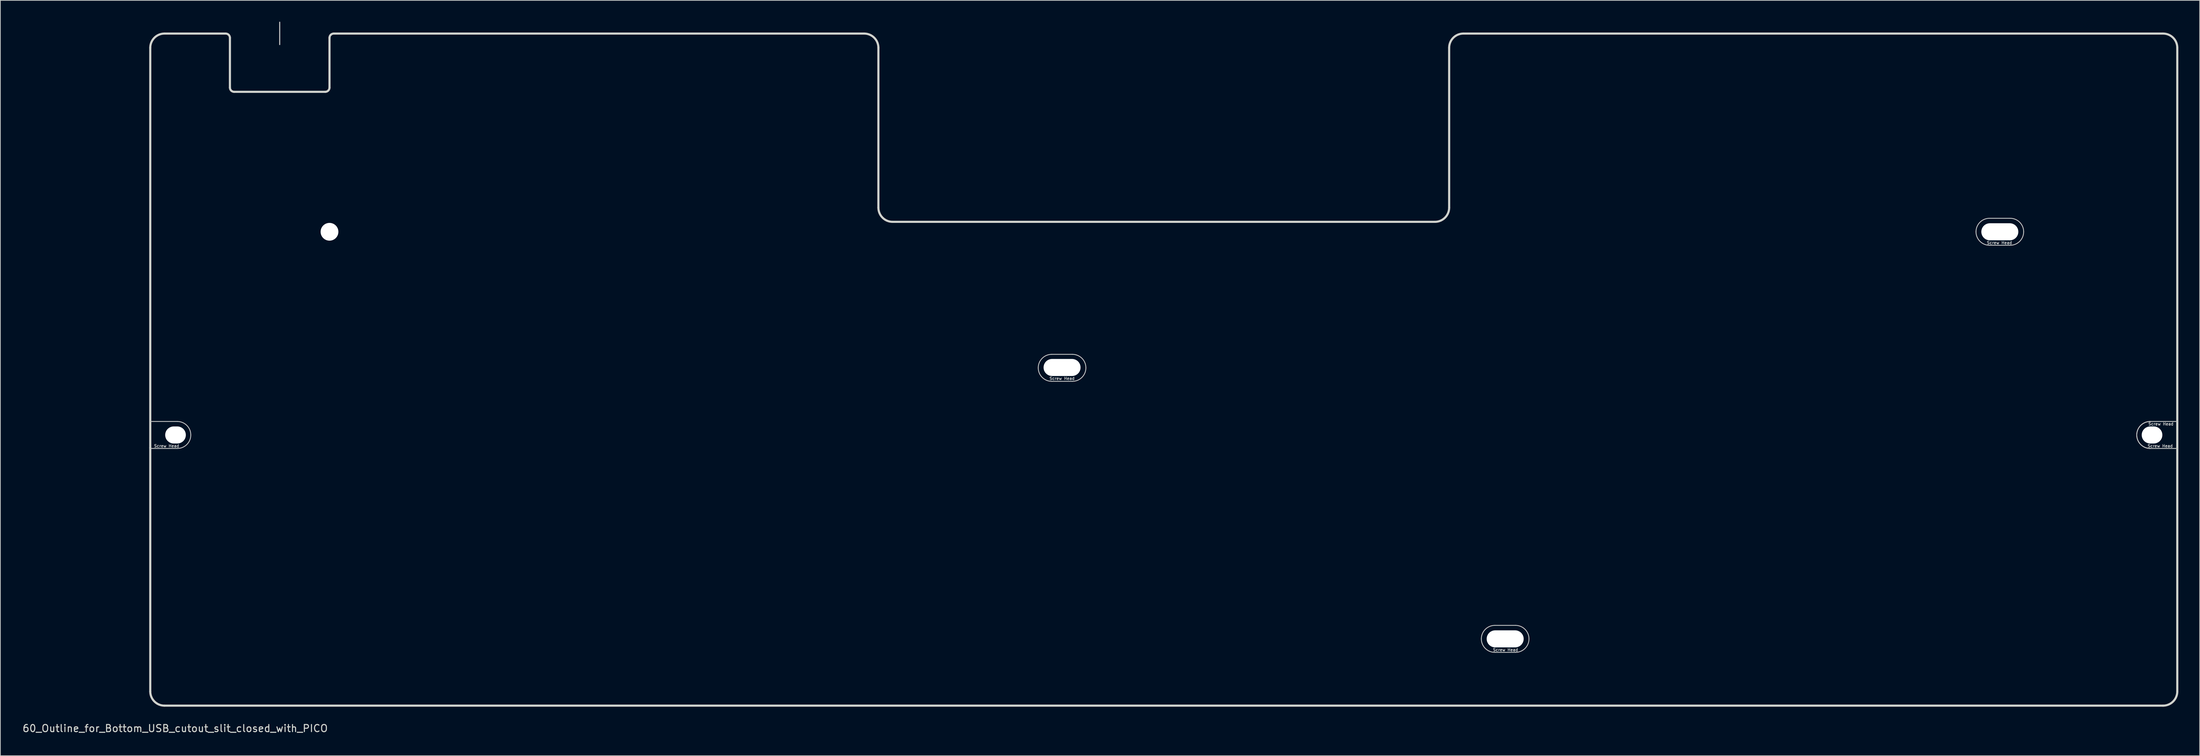
<source format=kicad_pcb>
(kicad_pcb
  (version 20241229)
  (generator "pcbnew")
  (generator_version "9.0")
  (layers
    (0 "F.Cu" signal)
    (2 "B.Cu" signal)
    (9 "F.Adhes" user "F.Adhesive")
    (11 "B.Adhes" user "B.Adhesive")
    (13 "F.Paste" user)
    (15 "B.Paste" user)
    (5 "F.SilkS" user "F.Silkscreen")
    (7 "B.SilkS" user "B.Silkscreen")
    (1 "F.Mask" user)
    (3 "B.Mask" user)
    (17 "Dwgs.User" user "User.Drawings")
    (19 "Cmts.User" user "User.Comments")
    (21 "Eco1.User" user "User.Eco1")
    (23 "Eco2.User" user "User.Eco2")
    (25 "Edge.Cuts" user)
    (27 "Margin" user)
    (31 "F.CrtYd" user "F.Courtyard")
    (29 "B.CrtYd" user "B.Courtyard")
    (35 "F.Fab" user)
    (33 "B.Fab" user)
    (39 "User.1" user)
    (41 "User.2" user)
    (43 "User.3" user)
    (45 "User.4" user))
  (footprint "60_Outline_for_Bottom_USB_cutout_slit_closed_with_PICO"
    (layer "F.Cu")
    (at 160.577 48.975)
    (property "Reference" "60_Outline_for_Bottom_USB_cutout_slit_closed_with_PICO" (at -139 50.5 0) (layer "Edge.Cuts") (effects (font (size 1 1) (thickness 0.15))))
    (attr through_hole)
    (fp_line (start -142.5 7.3) (end -138.7 7.3) (stroke (width 0.12) (type solid)) (layer "Dwgs.User"))
    (fp_line (start -142.5 11.1) (end -138.7 11.1) (stroke (width 0.12) (type solid)) (layer "Dwgs.User"))
    (fp_line (start -124.3 -48.9) (end -124.3 -45.75) (stroke (width 0.15) (type solid)) (layer "Dwgs.User"))
    (fp_line (start -15.75 -2.15) (end -12.85 -2.15) (stroke (width 0.12) (type solid)) (layer "Dwgs.User"))
    (fp_line (start -15.75 1.65) (end -12.85 1.65) (stroke (width 0.12) (type solid)) (layer "Dwgs.User"))
    (fp_line (start 46.55 36) (end 49.45 36) (stroke (width 0.12) (type solid)) (layer "Dwgs.User"))
    (fp_line (start 46.55 39.8) (end 49.45 39.8) (stroke (width 0.12) (type solid)) (layer "Dwgs.User"))
    (fp_line (start 116.1 -21.3) (end 119 -21.3) (stroke (width 0.12) (type solid)) (layer "Dwgs.User"))
    (fp_line (start 116.1 -17.5) (end 119 -17.5) (stroke (width 0.12) (type solid)) (layer "Dwgs.User"))
    (fp_line (start 138.7 7.3) (end 142.5 7.3) (stroke (width 0.12) (type solid)) (layer "Dwgs.User"))
    (fp_line (start 138.7 11.1) (end 142.5 11.1) (stroke (width 0.12) (type solid)) (layer "Dwgs.User"))
    (fp_arc (start -138.7 7.3) (mid -137.356497 7.856497) (end -136.8 9.2) (stroke (width 0.12) (type solid)) (layer "Dwgs.User"))
    (fp_arc (start -136.8 9.2) (mid -137.356497 10.543503) (end -138.7 11.1) (stroke (width 0.12) (type solid)) (layer "Dwgs.User"))
    (fp_arc (start -17.65 -0.25) (mid -17.093503 -1.593503) (end -15.75 -2.15) (stroke (width 0.12) (type solid)) (layer "Dwgs.User"))
    (fp_arc (start -15.75 1.65) (mid -17.093503 1.093503) (end -17.65 -0.25) (stroke (width 0.12) (type solid)) (layer "Dwgs.User"))
    (fp_arc (start -12.85 -2.15) (mid -11.506497 -1.593503) (end -10.95 -0.25) (stroke (width 0.12) (type solid)) (layer "Dwgs.User"))
    (fp_arc (start -10.95 -0.25) (mid -11.506497 1.093503) (end -12.85 1.65) (stroke (width 0.12) (type solid)) (layer "Dwgs.User"))
    (fp_arc (start 44.65 37.9) (mid 45.206497 36.556497) (end 46.55 36) (stroke (width 0.12) (type solid)) (layer "Dwgs.User"))
    (fp_arc (start 46.55 39.8) (mid 45.206497 39.243503) (end 44.65 37.9) (stroke (width 0.12) (type solid)) (layer "Dwgs.User"))
    (fp_arc (start 49.45 36) (mid 50.793503 36.556497) (end 51.35 37.9) (stroke (width 0.12) (type solid)) (layer "Dwgs.User"))
    (fp_arc (start 51.35 37.9) (mid 50.793503 39.243503) (end 49.45 39.8) (stroke (width 0.12) (type solid)) (layer "Dwgs.User"))
    (fp_arc (start 114.2 -19.4) (mid 114.756497 -20.743503) (end 116.1 -21.3) (stroke (width 0.12) (type solid)) (layer "Dwgs.User"))
    (fp_arc (start 116.1 -17.5) (mid 114.756497 -18.056497) (end 114.2 -19.4) (stroke (width 0.12) (type solid)) (layer "Dwgs.User"))
    (fp_arc (start 119 -21.3) (mid 120.343503 -20.743503) (end 120.9 -19.4) (stroke (width 0.12) (type solid)) (layer "Dwgs.User"))
    (fp_arc (start 120.9 -19.4) (mid 120.343503 -18.056497) (end 119 -17.5) (stroke (width 0.12) (type solid)) (layer "Dwgs.User"))
    (fp_arc (start 136.8 9.2) (mid 137.356497 7.856497) (end 138.7 7.3) (stroke (width 0.12) (type solid)) (layer "Dwgs.User"))
    (fp_arc (start 136.8 9.2) (mid 137.356497 7.856497) (end 138.7 7.3) (stroke (width 0.12) (type solid)) (layer "Dwgs.User"))
    (fp_arc (start 138.7 11.1) (mid 137.356497 10.543503) (end 136.8 9.2) (stroke (width 0.12) (type solid)) (layer "Dwgs.User"))
    (fp_arc (start 138.7 11.1) (mid 137.356497 10.543503) (end 136.8 9.2) (stroke (width 0.12) (type solid)) (layer "Dwgs.User"))
    (fp_line (start -132.3 -47.3) (end -124.3 -47.3) (stroke (width 0.12) (type solid)) (layer "Eco1.User"))
    (fp_line (start -124.3 -47.3) (end -116.3 -47.3) (stroke (width 0.12) (type solid)) (layer "Eco1.User"))
    (fp_line (start 40.13 -47.3) (end 40.125 -20.8) (stroke (width 0.12) (type solid)) (layer "Eco1.User"))
    (fp_line (start 142.5 -31.275) (end 40.145 -31.275) (stroke (width 0.12) (type solid)) (layer "Eco1.User"))
    (fp_poly (pts (xy 35.325 -22.925) (xy -37.75 -22.775) (xy -38.25 -46.625) (xy 33.65 -47.2)) (stroke (width 0.1) (type solid)) (fill no) (layer "Eco1.User"))
    (fp_line (start -142.5 11) (end -142.5 -45.3) (stroke (width 0.3) (type solid)) (layer "Edge.Cuts"))
    (fp_line (start -142.5 45.3) (end -142.5 11) (stroke (width 0.3) (type solid)) (layer "Edge.Cuts"))
    (fp_line (start -131.9 -47.3) (end -140.5 -47.3) (stroke (width 0.3) (type solid)) (layer "Edge.Cuts"))
    (fp_line (start -131.3 -39.7) (end -131.3 -46.7) (stroke (width 0.3) (type solid)) (layer "Edge.Cuts"))
    (fp_line (start -130.7 -39.1) (end -117.9 -39.1) (stroke (width 0.3) (type solid)) (layer "Edge.Cuts"))
    (fp_line (start -117.3 -39.7) (end -117.3 -46.7) (stroke (width 0.3) (type solid)) (layer "Edge.Cuts"))
    (fp_line (start -42.125 -47.3) (end -116.7 -47.3) (stroke (width 0.3) (type solid)) (layer "Edge.Cuts"))
    (fp_line (start -40.125 -22.8) (end -40.125 -45.3) (stroke (width 0.3) (type solid)) (layer "Edge.Cuts"))
    (fp_line (start 38.125 -20.8) (end -38.125 -20.8) (stroke (width 0.3) (type solid)) (layer "Edge.Cuts"))
    (fp_line (start 40.125 -22.8) (end 40.125 -45.3) (stroke (width 0.3) (type solid)) (layer "Edge.Cuts"))
    (fp_line (start 140.5 -47.3) (end 42.125 -47.3) (stroke (width 0.3) (type solid)) (layer "Edge.Cuts"))
    (fp_line (start 140.5 47.3) (end -140.5 47.3) (stroke (width 0.3) (type solid)) (layer "Edge.Cuts"))
    (fp_line (start 142.5 11) (end 142.5 -45.3) (stroke (width 0.3) (type solid)) (layer "Edge.Cuts"))
    (fp_line (start 142.5 11) (end 142.5 45.3) (stroke (width 0.3) (type solid)) (layer "Edge.Cuts"))
    (fp_arc (start -142.5 -45.3) (mid -141.914214 -46.714214) (end -140.5 -47.3) (stroke (width 0.3) (type solid)) (layer "Edge.Cuts"))
    (fp_arc (start -140.5 47.3) (mid -141.914214 46.714214) (end -142.5 45.3) (stroke (width 0.3) (type solid)) (layer "Edge.Cuts"))
    (fp_arc (start -131.9 -47.3) (mid -131.475736 -47.124264) (end -131.3 -46.7) (stroke (width 0.3) (type solid)) (layer "Edge.Cuts"))
    (fp_arc (start -130.7 -39.1) (mid -131.124264 -39.275736) (end -131.3 -39.7) (stroke (width 0.3) (type solid)) (layer "Edge.Cuts"))
    (fp_arc (start -117.3 -46.7) (mid -117.124264 -47.124264) (end -116.7 -47.3) (stroke (width 0.3) (type solid)) (layer "Edge.Cuts"))
    (fp_arc (start -117.3 -39.7) (mid -117.475736 -39.275736) (end -117.9 -39.1) (stroke (width 0.3) (type solid)) (layer "Edge.Cuts"))
    (fp_arc (start -42.125 -47.3) (mid -40.710786 -46.714214) (end -40.125 -45.3) (stroke (width 0.3) (type solid)) (layer "Edge.Cuts"))
    (fp_arc (start -38.125 -20.8) (mid -39.539214 -21.385786) (end -40.125 -22.8) (stroke (width 0.3) (type solid)) (layer "Edge.Cuts"))
    (fp_arc (start 40.125 -45.3) (mid 40.710786 -46.714214) (end 42.125 -47.3) (stroke (width 0.3) (type solid)) (layer "Edge.Cuts"))
    (fp_arc (start 40.125 -22.8) (mid 39.539214 -21.385786) (end 38.125 -20.8) (stroke (width 0.3) (type solid)) (layer "Edge.Cuts"))
    (fp_arc (start 140.5 -47.3) (mid 141.914214 -46.714214) (end 142.5 -45.3) (stroke (width 0.3) (type solid)) (layer "Edge.Cuts"))
    (fp_arc (start 142.5 45.3) (mid 141.914214 46.714214) (end 140.5 47.3) (stroke (width 0.3) (type solid)) (layer "Edge.Cuts"))
    (fp_text user "Screw Head" (at 140.1 10.75 0) (layer "Dwgs.User") (effects (font (size 0.4 0.4) (thickness 0.08))))
    (fp_text user "Screw Head" (at -140.2 10.75 0) (layer "Dwgs.User") (effects (font (size 0.4 0.4) (thickness 0.08))))
    (fp_text user "Screw Head" (at 48.05 39.45 0) (layer "Dwgs.User") (effects (font (size 0.4 0.4) (thickness 0.08))))
    (fp_text user "Screw Head" (at 140.2 7.65 180) (layer "Dwgs.User") (effects (font (size 0.4 0.4) (thickness 0.08))))
    (fp_text user "Screw Head" (at 117.5 -17.85 0) (layer "Dwgs.User") (effects (font (size 0.4 0.4) (thickness 0.08))))
    (fp_text user "Screw Head" (at -14.3 1.25 0) (layer "Dwgs.User") (effects (font (size 0.4 0.4) (thickness 0.08))))
    (fp_text user "need plate here" (at -4.075 -35.25 0) (layer "Eco2.User") (effects (font (size 2 2) (thickness 0.2))))
    (pad "" np_thru_hole oval (at -138.95 9.2) (size 2.9 2.4) (drill oval 2.9 2.4) (layers "*.Cu" "*.Mask"))
    (pad "" np_thru_hole circle (at -117.3 -19.4) (size 2.499 2.499) (drill 2.499) (layers "*.Cu" "*.Mask"))
    (pad "" np_thru_hole oval (at -14.3 -0.3) (size 5.2 2.4) (drill oval 5.2 2.4) (layers "*.Cu" "*.Mask"))
    (pad "" np_thru_hole oval (at 48 37.9) (size 5.2 2.4) (drill oval 5.2 2.4) (layers "*.Cu" "*.Mask"))
    (pad "" np_thru_hole oval (at 117.55 -19.4) (size 5.2 2.4) (drill oval 5.2 2.4) (layers "*.Cu" "*.Mask"))
    (pad "" np_thru_hole oval (at 138.95 9.2 180) (size 2.9 2.4) (drill oval 2.9 2.4) (layers "*.Cu" "*.Mask")))
  (gr_rect
    (start -3 -3)
    (end 306.227 103.323)
    (stroke (width 0.1) (type default))
    (fill no)
    (layer "Edge.Cuts")))
</source>
